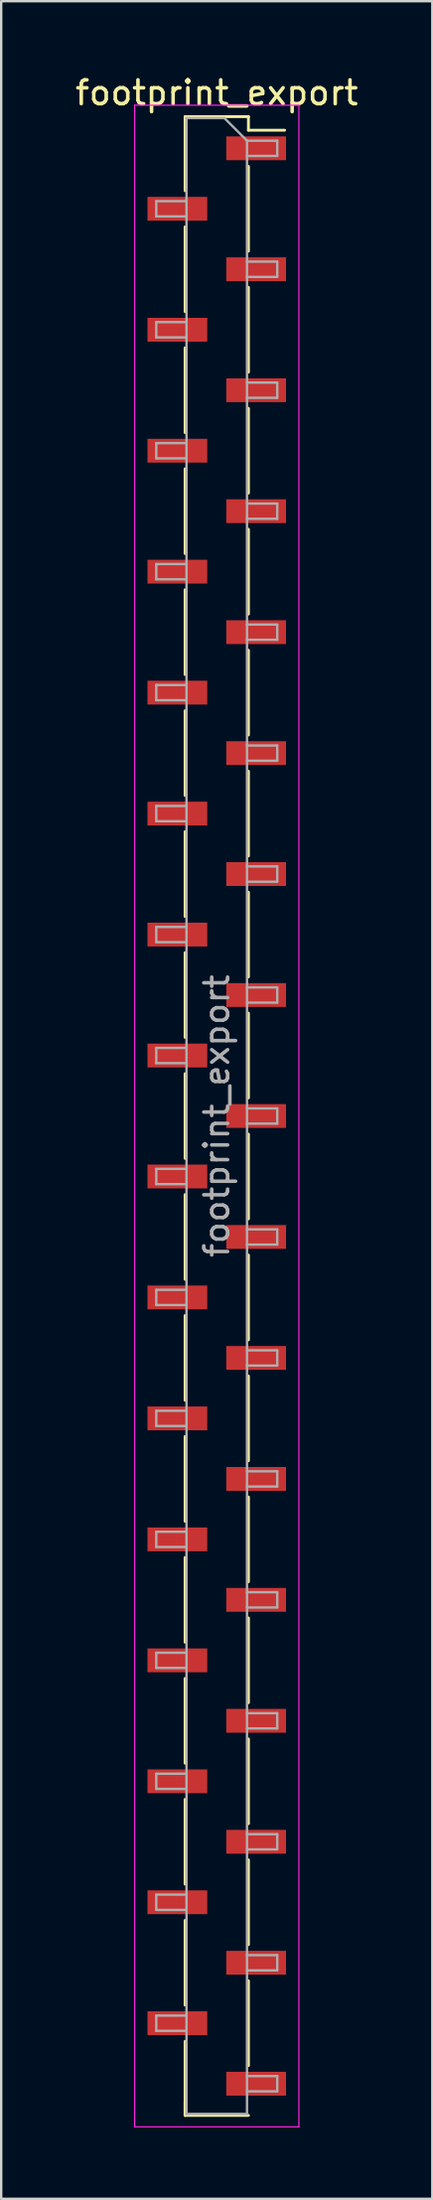
<source format=kicad_pcb>
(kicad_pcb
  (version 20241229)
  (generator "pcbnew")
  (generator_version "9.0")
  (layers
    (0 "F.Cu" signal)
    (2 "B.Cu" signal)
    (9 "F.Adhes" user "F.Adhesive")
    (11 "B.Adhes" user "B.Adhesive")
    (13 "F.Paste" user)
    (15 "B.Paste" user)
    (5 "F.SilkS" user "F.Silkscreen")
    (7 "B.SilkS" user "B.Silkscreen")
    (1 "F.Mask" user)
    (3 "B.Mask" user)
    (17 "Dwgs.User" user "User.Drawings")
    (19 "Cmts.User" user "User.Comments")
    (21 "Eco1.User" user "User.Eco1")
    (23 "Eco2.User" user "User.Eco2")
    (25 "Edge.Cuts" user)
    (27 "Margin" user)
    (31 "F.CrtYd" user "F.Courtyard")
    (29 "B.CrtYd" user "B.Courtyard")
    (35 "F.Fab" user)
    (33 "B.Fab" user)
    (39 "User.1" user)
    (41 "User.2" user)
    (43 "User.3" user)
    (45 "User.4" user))
  (footprint "footprint_export"
    (layer "F.Cu")
    (at 6.054 43.818)
    (property "Reference" "footprint_export" (at 0 -42.97 0) (layer "F.SilkS") (effects (font (size 1 1) (thickness 0.15))))
    (attr smd)
    (fp_line (start -1.33 -41.97) (end -1.33 -38.86) (stroke (width 0.12) (type solid)) (layer "F.SilkS"))
    (fp_line (start -1.33 -41.97) (end 1.33 -41.97) (stroke (width 0.12) (type solid)) (layer "F.SilkS"))
    (fp_line (start -1.33 -37.34) (end -1.33 -33.78) (stroke (width 0.12) (type solid)) (layer "F.SilkS"))
    (fp_line (start -1.33 -32.26) (end -1.33 -28.7) (stroke (width 0.12) (type solid)) (layer "F.SilkS"))
    (fp_line (start -1.33 -27.18) (end -1.33 -23.62) (stroke (width 0.12) (type solid)) (layer "F.SilkS"))
    (fp_line (start -1.33 -22.1) (end -1.33 -18.54) (stroke (width 0.12) (type solid)) (layer "F.SilkS"))
    (fp_line (start -1.33 -17.02) (end -1.33 -13.46) (stroke (width 0.12) (type solid)) (layer "F.SilkS"))
    (fp_line (start -1.33 -11.94) (end -1.33 -8.38) (stroke (width 0.12) (type solid)) (layer "F.SilkS"))
    (fp_line (start -1.33 -6.86) (end -1.33 -3.3) (stroke (width 0.12) (type solid)) (layer "F.SilkS"))
    (fp_line (start -1.33 -1.78) (end -1.33 1.78) (stroke (width 0.12) (type solid)) (layer "F.SilkS"))
    (fp_line (start -1.33 3.3) (end -1.33 6.86) (stroke (width 0.12) (type solid)) (layer "F.SilkS"))
    (fp_line (start -1.33 8.38) (end -1.33 11.94) (stroke (width 0.12) (type solid)) (layer "F.SilkS"))
    (fp_line (start -1.33 13.46) (end -1.33 17.02) (stroke (width 0.12) (type solid)) (layer "F.SilkS"))
    (fp_line (start -1.33 18.54) (end -1.33 22.1) (stroke (width 0.12) (type solid)) (layer "F.SilkS"))
    (fp_line (start -1.33 23.62) (end -1.33 27.18) (stroke (width 0.12) (type solid)) (layer "F.SilkS"))
    (fp_line (start -1.33 28.7) (end -1.33 32.26) (stroke (width 0.12) (type solid)) (layer "F.SilkS"))
    (fp_line (start -1.33 33.78) (end -1.33 37.34) (stroke (width 0.12) (type solid)) (layer "F.SilkS"))
    (fp_line (start -1.33 38.86) (end -1.33 41.97) (stroke (width 0.12) (type solid)) (layer "F.SilkS"))
    (fp_line (start -1.33 41.4) (end -1.33 41.97) (stroke (width 0.12) (type solid)) (layer "F.SilkS"))
    (fp_line (start -1.33 41.97) (end 1.33 41.97) (stroke (width 0.12) (type solid)) (layer "F.SilkS"))
    (fp_line (start 1.33 -41.97) (end 1.33 -41.4) (stroke (width 0.12) (type solid)) (layer "F.SilkS"))
    (fp_line (start 1.33 -41.4) (end 2.85 -41.4) (stroke (width 0.12) (type solid)) (layer "F.SilkS"))
    (fp_line (start 1.33 -39.88) (end 1.33 -36.32) (stroke (width 0.12) (type solid)) (layer "F.SilkS"))
    (fp_line (start 1.33 -34.8) (end 1.33 -31.24) (stroke (width 0.12) (type solid)) (layer "F.SilkS"))
    (fp_line (start 1.33 -29.72) (end 1.33 -26.16) (stroke (width 0.12) (type solid)) (layer "F.SilkS"))
    (fp_line (start 1.33 -24.64) (end 1.33 -21.08) (stroke (width 0.12) (type solid)) (layer "F.SilkS"))
    (fp_line (start 1.33 -19.56) (end 1.33 -16) (stroke (width 0.12) (type solid)) (layer "F.SilkS"))
    (fp_line (start 1.33 -14.48) (end 1.33 -10.92) (stroke (width 0.12) (type solid)) (layer "F.SilkS"))
    (fp_line (start 1.33 -9.4) (end 1.33 -5.84) (stroke (width 0.12) (type solid)) (layer "F.SilkS"))
    (fp_line (start 1.33 -4.32) (end 1.33 -0.76) (stroke (width 0.12) (type solid)) (layer "F.SilkS"))
    (fp_line (start 1.33 0.76) (end 1.33 4.32) (stroke (width 0.12) (type solid)) (layer "F.SilkS"))
    (fp_line (start 1.33 5.84) (end 1.33 9.4) (stroke (width 0.12) (type solid)) (layer "F.SilkS"))
    (fp_line (start 1.33 10.92) (end 1.33 14.48) (stroke (width 0.12) (type solid)) (layer "F.SilkS"))
    (fp_line (start 1.33 16) (end 1.33 19.56) (stroke (width 0.12) (type solid)) (layer "F.SilkS"))
    (fp_line (start 1.33 21.08) (end 1.33 24.64) (stroke (width 0.12) (type solid)) (layer "F.SilkS"))
    (fp_line (start 1.33 26.16) (end 1.33 29.72) (stroke (width 0.12) (type solid)) (layer "F.SilkS"))
    (fp_line (start 1.33 31.24) (end 1.33 34.8) (stroke (width 0.12) (type solid)) (layer "F.SilkS"))
    (fp_line (start 1.33 36.32) (end 1.33 39.88) (stroke (width 0.12) (type solid)) (layer "F.SilkS"))
    (fp_line (start -3.45 -42.45) (end -3.45 42.45) (stroke (width 0.05) (type solid)) (layer "F.CrtYd"))
    (fp_line (start -3.45 42.45) (end 3.45 42.45) (stroke (width 0.05) (type solid)) (layer "F.CrtYd"))
    (fp_line (start 3.45 -42.45) (end -3.45 -42.45) (stroke (width 0.05) (type solid)) (layer "F.CrtYd"))
    (fp_line (start 3.45 42.45) (end 3.45 -42.45) (stroke (width 0.05) (type solid)) (layer "F.CrtYd"))
    (fp_line (start -2.54 -38.42) (end -2.54 -37.78) (stroke (width 0.1) (type solid)) (layer "F.Fab"))
    (fp_line (start -2.54 -37.78) (end -1.27 -37.78) (stroke (width 0.1) (type solid)) (layer "F.Fab"))
    (fp_line (start -2.54 -33.34) (end -2.54 -32.7) (stroke (width 0.1) (type solid)) (layer "F.Fab"))
    (fp_line (start -2.54 -32.7) (end -1.27 -32.7) (stroke (width 0.1) (type solid)) (layer "F.Fab"))
    (fp_line (start -2.54 -28.26) (end -2.54 -27.62) (stroke (width 0.1) (type solid)) (layer "F.Fab"))
    (fp_line (start -2.54 -27.62) (end -1.27 -27.62) (stroke (width 0.1) (type solid)) (layer "F.Fab"))
    (fp_line (start -2.54 -23.18) (end -2.54 -22.54) (stroke (width 0.1) (type solid)) (layer "F.Fab"))
    (fp_line (start -2.54 -22.54) (end -1.27 -22.54) (stroke (width 0.1) (type solid)) (layer "F.Fab"))
    (fp_line (start -2.54 -18.1) (end -2.54 -17.46) (stroke (width 0.1) (type solid)) (layer "F.Fab"))
    (fp_line (start -2.54 -17.46) (end -1.27 -17.46) (stroke (width 0.1) (type solid)) (layer "F.Fab"))
    (fp_line (start -2.54 -13.02) (end -2.54 -12.38) (stroke (width 0.1) (type solid)) (layer "F.Fab"))
    (fp_line (start -2.54 -12.38) (end -1.27 -12.38) (stroke (width 0.1) (type solid)) (layer "F.Fab"))
    (fp_line (start -2.54 -7.94) (end -2.54 -7.3) (stroke (width 0.1) (type solid)) (layer "F.Fab"))
    (fp_line (start -2.54 -7.3) (end -1.27 -7.3) (stroke (width 0.1) (type solid)) (layer "F.Fab"))
    (fp_line (start -2.54 -2.86) (end -2.54 -2.22) (stroke (width 0.1) (type solid)) (layer "F.Fab"))
    (fp_line (start -2.54 -2.22) (end -1.27 -2.22) (stroke (width 0.1) (type solid)) (layer "F.Fab"))
    (fp_line (start -2.54 2.22) (end -2.54 2.86) (stroke (width 0.1) (type solid)) (layer "F.Fab"))
    (fp_line (start -2.54 2.86) (end -1.27 2.86) (stroke (width 0.1) (type solid)) (layer "F.Fab"))
    (fp_line (start -2.54 7.3) (end -2.54 7.94) (stroke (width 0.1) (type solid)) (layer "F.Fab"))
    (fp_line (start -2.54 7.94) (end -1.27 7.94) (stroke (width 0.1) (type solid)) (layer "F.Fab"))
    (fp_line (start -2.54 12.38) (end -2.54 13.02) (stroke (width 0.1) (type solid)) (layer "F.Fab"))
    (fp_line (start -2.54 13.02) (end -1.27 13.02) (stroke (width 0.1) (type solid)) (layer "F.Fab"))
    (fp_line (start -2.54 17.46) (end -2.54 18.1) (stroke (width 0.1) (type solid)) (layer "F.Fab"))
    (fp_line (start -2.54 18.1) (end -1.27 18.1) (stroke (width 0.1) (type solid)) (layer "F.Fab"))
    (fp_line (start -2.54 22.54) (end -2.54 23.18) (stroke (width 0.1) (type solid)) (layer "F.Fab"))
    (fp_line (start -2.54 23.18) (end -1.27 23.18) (stroke (width 0.1) (type solid)) (layer "F.Fab"))
    (fp_line (start -2.54 27.62) (end -2.54 28.26) (stroke (width 0.1) (type solid)) (layer "F.Fab"))
    (fp_line (start -2.54 28.26) (end -1.27 28.26) (stroke (width 0.1) (type solid)) (layer "F.Fab"))
    (fp_line (start -2.54 32.7) (end -2.54 33.34) (stroke (width 0.1) (type solid)) (layer "F.Fab"))
    (fp_line (start -2.54 33.34) (end -1.27 33.34) (stroke (width 0.1) (type solid)) (layer "F.Fab"))
    (fp_line (start -2.54 37.78) (end -2.54 38.42) (stroke (width 0.1) (type solid)) (layer "F.Fab"))
    (fp_line (start -2.54 38.42) (end -1.27 38.42) (stroke (width 0.1) (type solid)) (layer "F.Fab"))
    (fp_line (start -1.27 -41.91) (end -1.27 41.91) (stroke (width 0.1) (type solid)) (layer "F.Fab"))
    (fp_line (start -1.27 -41.91) (end 0.32 -41.91) (stroke (width 0.1) (type solid)) (layer "F.Fab"))
    (fp_line (start -1.27 -38.42) (end -2.54 -38.42) (stroke (width 0.1) (type solid)) (layer "F.Fab"))
    (fp_line (start -1.27 -33.34) (end -2.54 -33.34) (stroke (width 0.1) (type solid)) (layer "F.Fab"))
    (fp_line (start -1.27 -28.26) (end -2.54 -28.26) (stroke (width 0.1) (type solid)) (layer "F.Fab"))
    (fp_line (start -1.27 -23.18) (end -2.54 -23.18) (stroke (width 0.1) (type solid)) (layer "F.Fab"))
    (fp_line (start -1.27 -18.1) (end -2.54 -18.1) (stroke (width 0.1) (type solid)) (layer "F.Fab"))
    (fp_line (start -1.27 -13.02) (end -2.54 -13.02) (stroke (width 0.1) (type solid)) (layer "F.Fab"))
    (fp_line (start -1.27 -7.94) (end -2.54 -7.94) (stroke (width 0.1) (type solid)) (layer "F.Fab"))
    (fp_line (start -1.27 -2.86) (end -2.54 -2.86) (stroke (width 0.1) (type solid)) (layer "F.Fab"))
    (fp_line (start -1.27 2.22) (end -2.54 2.22) (stroke (width 0.1) (type solid)) (layer "F.Fab"))
    (fp_line (start -1.27 7.3) (end -2.54 7.3) (stroke (width 0.1) (type solid)) (layer "F.Fab"))
    (fp_line (start -1.27 12.38) (end -2.54 12.38) (stroke (width 0.1) (type solid)) (layer "F.Fab"))
    (fp_line (start -1.27 17.46) (end -2.54 17.46) (stroke (width 0.1) (type solid)) (layer "F.Fab"))
    (fp_line (start -1.27 22.54) (end -2.54 22.54) (stroke (width 0.1) (type solid)) (layer "F.Fab"))
    (fp_line (start -1.27 27.62) (end -2.54 27.62) (stroke (width 0.1) (type solid)) (layer "F.Fab"))
    (fp_line (start -1.27 32.7) (end -2.54 32.7) (stroke (width 0.1) (type solid)) (layer "F.Fab"))
    (fp_line (start -1.27 37.78) (end -2.54 37.78) (stroke (width 0.1) (type solid)) (layer "F.Fab"))
    (fp_line (start 1.27 -40.96) (end 0.32 -41.91) (stroke (width 0.1) (type solid)) (layer "F.Fab"))
    (fp_line (start 1.27 -40.96) (end 2.54 -40.96) (stroke (width 0.1) (type solid)) (layer "F.Fab"))
    (fp_line (start 1.27 -35.88) (end 2.54 -35.88) (stroke (width 0.1) (type solid)) (layer "F.Fab"))
    (fp_line (start 1.27 -30.8) (end 2.54 -30.8) (stroke (width 0.1) (type solid)) (layer "F.Fab"))
    (fp_line (start 1.27 -25.72) (end 2.54 -25.72) (stroke (width 0.1) (type solid)) (layer "F.Fab"))
    (fp_line (start 1.27 -20.64) (end 2.54 -20.64) (stroke (width 0.1) (type solid)) (layer "F.Fab"))
    (fp_line (start 1.27 -15.56) (end 2.54 -15.56) (stroke (width 0.1) (type solid)) (layer "F.Fab"))
    (fp_line (start 1.27 -10.48) (end 2.54 -10.48) (stroke (width 0.1) (type solid)) (layer "F.Fab"))
    (fp_line (start 1.27 -5.4) (end 2.54 -5.4) (stroke (width 0.1) (type solid)) (layer "F.Fab"))
    (fp_line (start 1.27 -0.32) (end 2.54 -0.32) (stroke (width 0.1) (type solid)) (layer "F.Fab"))
    (fp_line (start 1.27 4.76) (end 2.54 4.76) (stroke (width 0.1) (type solid)) (layer "F.Fab"))
    (fp_line (start 1.27 9.84) (end 2.54 9.84) (stroke (width 0.1) (type solid)) (layer "F.Fab"))
    (fp_line (start 1.27 14.92) (end 2.54 14.92) (stroke (width 0.1) (type solid)) (layer "F.Fab"))
    (fp_line (start 1.27 20) (end 2.54 20) (stroke (width 0.1) (type solid)) (layer "F.Fab"))
    (fp_line (start 1.27 25.08) (end 2.54 25.08) (stroke (width 0.1) (type solid)) (layer "F.Fab"))
    (fp_line (start 1.27 30.16) (end 2.54 30.16) (stroke (width 0.1) (type solid)) (layer "F.Fab"))
    (fp_line (start 1.27 35.24) (end 2.54 35.24) (stroke (width 0.1) (type solid)) (layer "F.Fab"))
    (fp_line (start 1.27 40.32) (end 2.54 40.32) (stroke (width 0.1) (type solid)) (layer "F.Fab"))
    (fp_line (start 1.27 41.91) (end -1.27 41.91) (stroke (width 0.1) (type solid)) (layer "F.Fab"))
    (fp_line (start 1.27 41.91) (end 1.27 -40.96) (stroke (width 0.1) (type solid)) (layer "F.Fab"))
    (fp_line (start 2.54 -40.96) (end 2.54 -40.32) (stroke (width 0.1) (type solid)) (layer "F.Fab"))
    (fp_line (start 2.54 -40.32) (end 1.27 -40.32) (stroke (width 0.1) (type solid)) (layer "F.Fab"))
    (fp_line (start 2.54 -35.88) (end 2.54 -35.24) (stroke (width 0.1) (type solid)) (layer "F.Fab"))
    (fp_line (start 2.54 -35.24) (end 1.27 -35.24) (stroke (width 0.1) (type solid)) (layer "F.Fab"))
    (fp_line (start 2.54 -30.8) (end 2.54 -30.16) (stroke (width 0.1) (type solid)) (layer "F.Fab"))
    (fp_line (start 2.54 -30.16) (end 1.27 -30.16) (stroke (width 0.1) (type solid)) (layer "F.Fab"))
    (fp_line (start 2.54 -25.72) (end 2.54 -25.08) (stroke (width 0.1) (type solid)) (layer "F.Fab"))
    (fp_line (start 2.54 -25.08) (end 1.27 -25.08) (stroke (width 0.1) (type solid)) (layer "F.Fab"))
    (fp_line (start 2.54 -20.64) (end 2.54 -20) (stroke (width 0.1) (type solid)) (layer "F.Fab"))
    (fp_line (start 2.54 -20) (end 1.27 -20) (stroke (width 0.1) (type solid)) (layer "F.Fab"))
    (fp_line (start 2.54 -15.56) (end 2.54 -14.92) (stroke (width 0.1) (type solid)) (layer "F.Fab"))
    (fp_line (start 2.54 -14.92) (end 1.27 -14.92) (stroke (width 0.1) (type solid)) (layer "F.Fab"))
    (fp_line (start 2.54 -10.48) (end 2.54 -9.84) (stroke (width 0.1) (type solid)) (layer "F.Fab"))
    (fp_line (start 2.54 -9.84) (end 1.27 -9.84) (stroke (width 0.1) (type solid)) (layer "F.Fab"))
    (fp_line (start 2.54 -5.4) (end 2.54 -4.76) (stroke (width 0.1) (type solid)) (layer "F.Fab"))
    (fp_line (start 2.54 -4.76) (end 1.27 -4.76) (stroke (width 0.1) (type solid)) (layer "F.Fab"))
    (fp_line (start 2.54 -0.32) (end 2.54 0.32) (stroke (width 0.1) (type solid)) (layer "F.Fab"))
    (fp_line (start 2.54 0.32) (end 1.27 0.32) (stroke (width 0.1) (type solid)) (layer "F.Fab"))
    (fp_line (start 2.54 4.76) (end 2.54 5.4) (stroke (width 0.1) (type solid)) (layer "F.Fab"))
    (fp_line (start 2.54 5.4) (end 1.27 5.4) (stroke (width 0.1) (type solid)) (layer "F.Fab"))
    (fp_line (start 2.54 9.84) (end 2.54 10.48) (stroke (width 0.1) (type solid)) (layer "F.Fab"))
    (fp_line (start 2.54 10.48) (end 1.27 10.48) (stroke (width 0.1) (type solid)) (layer "F.Fab"))
    (fp_line (start 2.54 14.92) (end 2.54 15.56) (stroke (width 0.1) (type solid)) (layer "F.Fab"))
    (fp_line (start 2.54 15.56) (end 1.27 15.56) (stroke (width 0.1) (type solid)) (layer "F.Fab"))
    (fp_line (start 2.54 20) (end 2.54 20.64) (stroke (width 0.1) (type solid)) (layer "F.Fab"))
    (fp_line (start 2.54 20.64) (end 1.27 20.64) (stroke (width 0.1) (type solid)) (layer "F.Fab"))
    (fp_line (start 2.54 25.08) (end 2.54 25.72) (stroke (width 0.1) (type solid)) (layer "F.Fab"))
    (fp_line (start 2.54 25.72) (end 1.27 25.72) (stroke (width 0.1) (type solid)) (layer "F.Fab"))
    (fp_line (start 2.54 30.16) (end 2.54 30.8) (stroke (width 0.1) (type solid)) (layer "F.Fab"))
    (fp_line (start 2.54 30.8) (end 1.27 30.8) (stroke (width 0.1) (type solid)) (layer "F.Fab"))
    (fp_line (start 2.54 35.24) (end 2.54 35.88) (stroke (width 0.1) (type solid)) (layer "F.Fab"))
    (fp_line (start 2.54 35.88) (end 1.27 35.88) (stroke (width 0.1) (type solid)) (layer "F.Fab"))
    (fp_line (start 2.54 40.32) (end 2.54 40.96) (stroke (width 0.1) (type solid)) (layer "F.Fab"))
    (fp_line (start 2.54 40.96) (end 1.27 40.96) (stroke (width 0.1) (type solid)) (layer "F.Fab"))
    (fp_text user "${REFERENCE}" (at 0 0 90) (layer "F.Fab") (effects (font (size 1 1) (thickness 0.15))))
    (pad "1" smd rect (at 1.655 -40.64) (size 2.51 1) (layers "F.Cu" "F.Mask" "F.Paste"))
    (pad "2" smd rect (at -1.655 -38.1) (size 2.51 1) (layers "F.Cu" "F.Mask" "F.Paste"))
    (pad "3" smd rect (at 1.655 -35.56) (size 2.51 1) (layers "F.Cu" "F.Mask" "F.Paste"))
    (pad "4" smd rect (at -1.655 -33.02) (size 2.51 1) (layers "F.Cu" "F.Mask" "F.Paste"))
    (pad "5" smd rect (at 1.655 -30.48) (size 2.51 1) (layers "F.Cu" "F.Mask" "F.Paste"))
    (pad "6" smd rect (at -1.655 -27.94) (size 2.51 1) (layers "F.Cu" "F.Mask" "F.Paste"))
    (pad "7" smd rect (at 1.655 -25.4) (size 2.51 1) (layers "F.Cu" "F.Mask" "F.Paste"))
    (pad "8" smd rect (at -1.655 -22.86) (size 2.51 1) (layers "F.Cu" "F.Mask" "F.Paste"))
    (pad "9" smd rect (at 1.655 -20.32) (size 2.51 1) (layers "F.Cu" "F.Mask" "F.Paste"))
    (pad "10" smd rect (at -1.655 -17.78) (size 2.51 1) (layers "F.Cu" "F.Mask" "F.Paste"))
    (pad "11" smd rect (at 1.655 -15.24) (size 2.51 1) (layers "F.Cu" "F.Mask" "F.Paste"))
    (pad "12" smd rect (at -1.655 -12.7) (size 2.51 1) (layers "F.Cu" "F.Mask" "F.Paste"))
    (pad "13" smd rect (at 1.655 -10.16) (size 2.51 1) (layers "F.Cu" "F.Mask" "F.Paste"))
    (pad "14" smd rect (at -1.655 -7.62) (size 2.51 1) (layers "F.Cu" "F.Mask" "F.Paste"))
    (pad "15" smd rect (at 1.655 -5.08) (size 2.51 1) (layers "F.Cu" "F.Mask" "F.Paste"))
    (pad "16" smd rect (at -1.655 -2.54) (size 2.51 1) (layers "F.Cu" "F.Mask" "F.Paste"))
    (pad "17" smd rect (at 1.655 0) (size 2.51 1) (layers "F.Cu" "F.Mask" "F.Paste"))
    (pad "18" smd rect (at -1.655 2.54) (size 2.51 1) (layers "F.Cu" "F.Mask" "F.Paste"))
    (pad "19" smd rect (at 1.655 5.08) (size 2.51 1) (layers "F.Cu" "F.Mask" "F.Paste"))
    (pad "20" smd rect (at -1.655 7.62) (size 2.51 1) (layers "F.Cu" "F.Mask" "F.Paste"))
    (pad "21" smd rect (at 1.655 10.16) (size 2.51 1) (layers "F.Cu" "F.Mask" "F.Paste"))
    (pad "22" smd rect (at -1.655 12.7) (size 2.51 1) (layers "F.Cu" "F.Mask" "F.Paste"))
    (pad "23" smd rect (at 1.655 15.24) (size 2.51 1) (layers "F.Cu" "F.Mask" "F.Paste"))
    (pad "24" smd rect (at -1.655 17.78) (size 2.51 1) (layers "F.Cu" "F.Mask" "F.Paste"))
    (pad "25" smd rect (at 1.655 20.32) (size 2.51 1) (layers "F.Cu" "F.Mask" "F.Paste"))
    (pad "26" smd rect (at -1.655 22.86) (size 2.51 1) (layers "F.Cu" "F.Mask" "F.Paste"))
    (pad "27" smd rect (at 1.655 25.4) (size 2.51 1) (layers "F.Cu" "F.Mask" "F.Paste"))
    (pad "28" smd rect (at -1.655 27.94) (size 2.51 1) (layers "F.Cu" "F.Mask" "F.Paste"))
    (pad "29" smd rect (at 1.655 30.48) (size 2.51 1) (layers "F.Cu" "F.Mask" "F.Paste"))
    (pad "30" smd rect (at -1.655 33.02) (size 2.51 1) (layers "F.Cu" "F.Mask" "F.Paste"))
    (pad "31" smd rect (at 1.655 35.56) (size 2.51 1) (layers "F.Cu" "F.Mask" "F.Paste"))
    (pad "32" smd rect (at -1.655 38.1) (size 2.51 1) (layers "F.Cu" "F.Mask" "F.Paste"))
    (pad "33" smd rect (at 1.655 40.64) (size 2.51 1) (layers "F.Cu" "F.Mask" "F.Paste")))
  (gr_rect
    (start -3 -3)
    (end 15.107 89.293)
    (stroke (width 0.1) (type default))
    (fill no)
    (layer "Edge.Cuts")))
</source>
